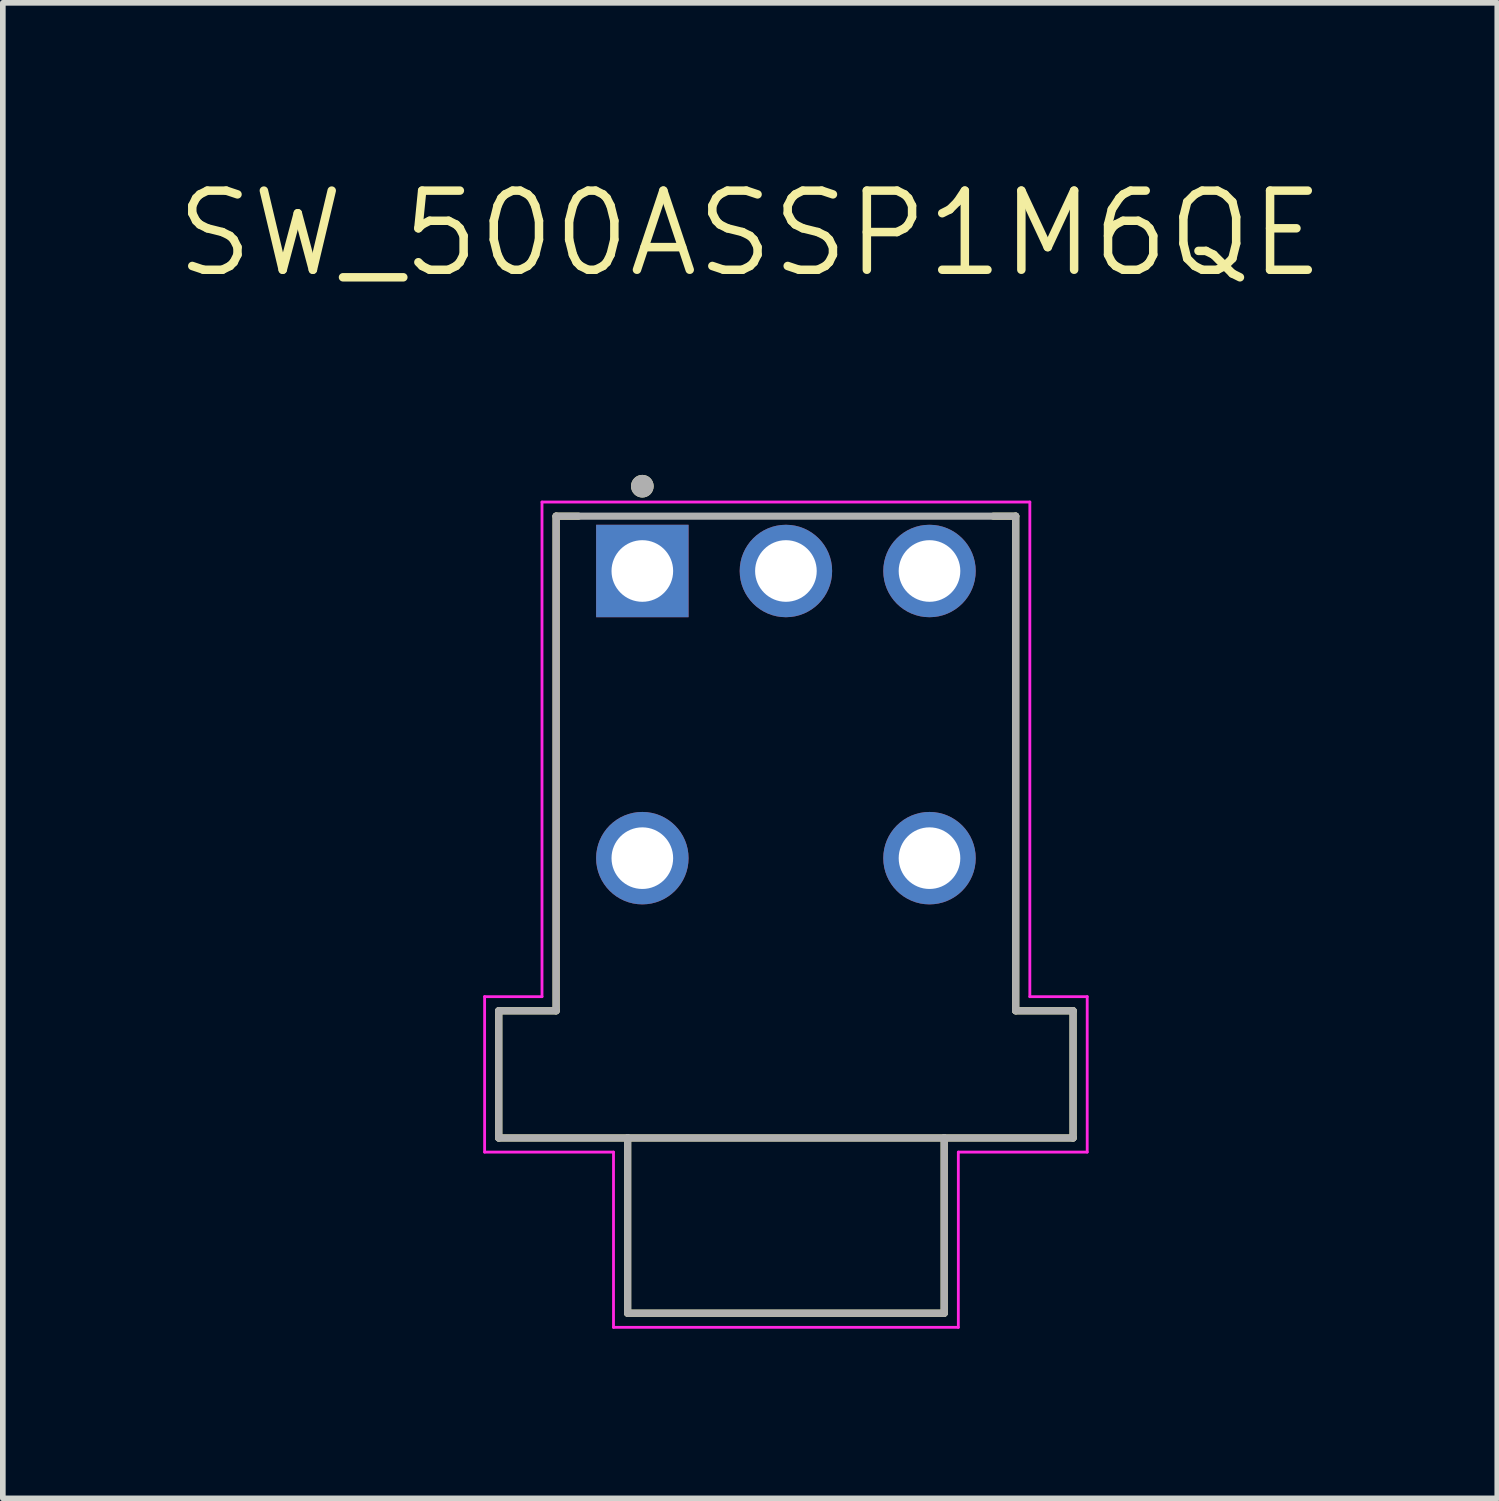
<source format=kicad_pcb>
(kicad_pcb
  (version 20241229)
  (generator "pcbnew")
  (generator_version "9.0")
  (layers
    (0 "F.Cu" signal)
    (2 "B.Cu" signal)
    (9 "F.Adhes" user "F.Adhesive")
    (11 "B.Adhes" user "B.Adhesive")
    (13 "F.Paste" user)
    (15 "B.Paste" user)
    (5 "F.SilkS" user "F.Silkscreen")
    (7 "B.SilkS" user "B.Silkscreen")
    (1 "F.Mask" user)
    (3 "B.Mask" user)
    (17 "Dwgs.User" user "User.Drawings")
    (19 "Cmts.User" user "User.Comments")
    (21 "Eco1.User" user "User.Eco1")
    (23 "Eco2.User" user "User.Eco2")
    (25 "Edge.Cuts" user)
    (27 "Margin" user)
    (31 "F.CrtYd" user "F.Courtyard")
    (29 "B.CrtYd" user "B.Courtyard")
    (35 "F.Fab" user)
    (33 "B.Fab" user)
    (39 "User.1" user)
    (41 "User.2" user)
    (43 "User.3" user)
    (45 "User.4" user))
  (footprint "SW_500ASSP1M6QE"
    (layer "F.Cu")
    (at 10.853 12.131)
    (property "Reference" "SW_500ASSP1M6QE" (at -0.635 -11.049 0) (layer "F.SilkS") (effects (font (size 1.4 1.4) (thickness 0.15))))
    (attr through_hole)
    (fp_line (start -5.08 2.7) (end -4.065 2.7) (stroke (width 0.127) (type solid)) (layer "F.SilkS"))
    (fp_line (start -5.08 4.95) (end -5.08 2.7) (stroke (width 0.127) (type solid)) (layer "F.SilkS"))
    (fp_line (start -4.065 -6.05) (end -3.671 -6.05) (stroke (width 0.127) (type solid)) (layer "F.SilkS"))
    (fp_line (start -4.065 2.7) (end -4.065 -6.05) (stroke (width 0.127) (type solid)) (layer "F.SilkS"))
    (fp_line (start -2.8 4.95) (end -5.08 4.95) (stroke (width 0.127) (type solid)) (layer "F.SilkS"))
    (fp_line (start -2.8 4.95) (end -2.8 8.05) (stroke (width 0.127) (type solid)) (layer "F.SilkS"))
    (fp_line (start -2.8 8.05) (end 2.8 8.05) (stroke (width 0.127) (type solid)) (layer "F.SilkS"))
    (fp_line (start 2.8 4.95) (end -2.8 4.95) (stroke (width 0.127) (type solid)) (layer "F.SilkS"))
    (fp_line (start 2.8 8.05) (end 2.8 4.95) (stroke (width 0.127) (type solid)) (layer "F.SilkS"))
    (fp_line (start 4.065 -6.05) (end 3.671 -6.05) (stroke (width 0.127) (type solid)) (layer "F.SilkS"))
    (fp_line (start 4.065 2.7) (end 4.065 -6.05) (stroke (width 0.127) (type solid)) (layer "F.SilkS"))
    (fp_line (start 5.08 2.7) (end 4.065 2.7) (stroke (width 0.127) (type solid)) (layer "F.SilkS"))
    (fp_line (start 5.08 4.95) (end 2.8 4.95) (stroke (width 0.127) (type solid)) (layer "F.SilkS"))
    (fp_line (start 5.08 4.95) (end 5.08 2.7) (stroke (width 0.127) (type solid)) (layer "F.SilkS"))
    (fp_circle (center -2.54 -6.58) (end -2.44 -6.58) (stroke (width 0.2) (type solid)) (fill no) (layer "F.SilkS"))
    (fp_line (start -5.33 2.45) (end -4.315 2.45) (stroke (width 0.05) (type solid)) (layer "F.CrtYd"))
    (fp_line (start -5.33 5.2) (end -5.33 2.45) (stroke (width 0.05) (type solid)) (layer "F.CrtYd"))
    (fp_line (start -4.315 -6.3) (end 4.315 -6.3) (stroke (width 0.05) (type solid)) (layer "F.CrtYd"))
    (fp_line (start -4.315 2.45) (end -4.315 -6.3) (stroke (width 0.05) (type solid)) (layer "F.CrtYd"))
    (fp_line (start -3.05 5.2) (end -5.33 5.2) (stroke (width 0.05) (type solid)) (layer "F.CrtYd"))
    (fp_line (start -3.05 8.3) (end -3.05 5.2) (stroke (width 0.05) (type solid)) (layer "F.CrtYd"))
    (fp_line (start 3.05 5.2) (end 3.05 8.3) (stroke (width 0.05) (type solid)) (layer "F.CrtYd"))
    (fp_line (start 3.05 8.3) (end -3.05 8.3) (stroke (width 0.05) (type solid)) (layer "F.CrtYd"))
    (fp_line (start 4.315 -6.3) (end 4.315 2.45) (stroke (width 0.05) (type solid)) (layer "F.CrtYd"))
    (fp_line (start 4.315 2.45) (end 5.33 2.45) (stroke (width 0.05) (type solid)) (layer "F.CrtYd"))
    (fp_line (start 5.33 2.45) (end 5.33 5.2) (stroke (width 0.05) (type solid)) (layer "F.CrtYd"))
    (fp_line (start 5.33 5.2) (end 3.05 5.2) (stroke (width 0.05) (type solid)) (layer "F.CrtYd"))
    (fp_line (start -5.08 2.7) (end -4.065 2.7) (stroke (width 0.127) (type solid)) (layer "F.Fab"))
    (fp_line (start -5.08 4.95) (end -5.08 2.7) (stroke (width 0.127) (type solid)) (layer "F.Fab"))
    (fp_line (start -4.065 -6.05) (end 4.065 -6.05) (stroke (width 0.127) (type solid)) (layer "F.Fab"))
    (fp_line (start -4.065 2.7) (end -4.065 -6.05) (stroke (width 0.127) (type solid)) (layer "F.Fab"))
    (fp_line (start -2.8 4.95) (end -5.08 4.95) (stroke (width 0.127) (type solid)) (layer "F.Fab"))
    (fp_line (start -2.8 4.95) (end -2.8 8.05) (stroke (width 0.127) (type solid)) (layer "F.Fab"))
    (fp_line (start -2.8 8.05) (end 2.8 8.05) (stroke (width 0.127) (type solid)) (layer "F.Fab"))
    (fp_line (start 2.8 4.95) (end -2.8 4.95) (stroke (width 0.127) (type solid)) (layer "F.Fab"))
    (fp_line (start 2.8 8.05) (end 2.8 4.95) (stroke (width 0.127) (type solid)) (layer "F.Fab"))
    (fp_line (start 4.065 2.7) (end 4.065 -6.05) (stroke (width 0.127) (type solid)) (layer "F.Fab"))
    (fp_line (start 5.08 2.7) (end 4.065 2.7) (stroke (width 0.127) (type solid)) (layer "F.Fab"))
    (fp_line (start 5.08 4.95) (end 2.8 4.95) (stroke (width 0.127) (type solid)) (layer "F.Fab"))
    (fp_line (start 5.08 4.95) (end 5.08 2.7) (stroke (width 0.127) (type solid)) (layer "F.Fab"))
    (fp_circle (center -2.54 -6.58) (end -2.44 -6.58) (stroke (width 0.2) (type solid)) (fill no) (layer "F.Fab"))
    (pad "1" thru_hole rect (at -2.54 -5.08) (size 1.635 1.635) (drill 1.09) (layers "*.Cu" "*.Mask"))
    (pad "2" thru_hole circle (at 0 -5.08) (size 1.635 1.635) (drill 1.09) (layers "*.Cu" "*.Mask"))
    (pad "3" thru_hole circle (at 2.54 -5.08) (size 1.635 1.635) (drill 1.09) (layers "*.Cu" "*.Mask"))
    (pad "S1" thru_hole circle (at -2.54 0) (size 1.635 1.635) (drill 1.09) (layers "*.Cu" "*.Mask"))
    (pad "S2" thru_hole circle (at 2.54 0) (size 1.635 1.635) (drill 1.09) (layers "*.Cu" "*.Mask")))
  (gr_rect
    (start -3 -3)
    (end 23.437 23.456)
    (stroke (width 0.1) (type default))
    (fill no)
    (layer "Edge.Cuts")))
</source>
